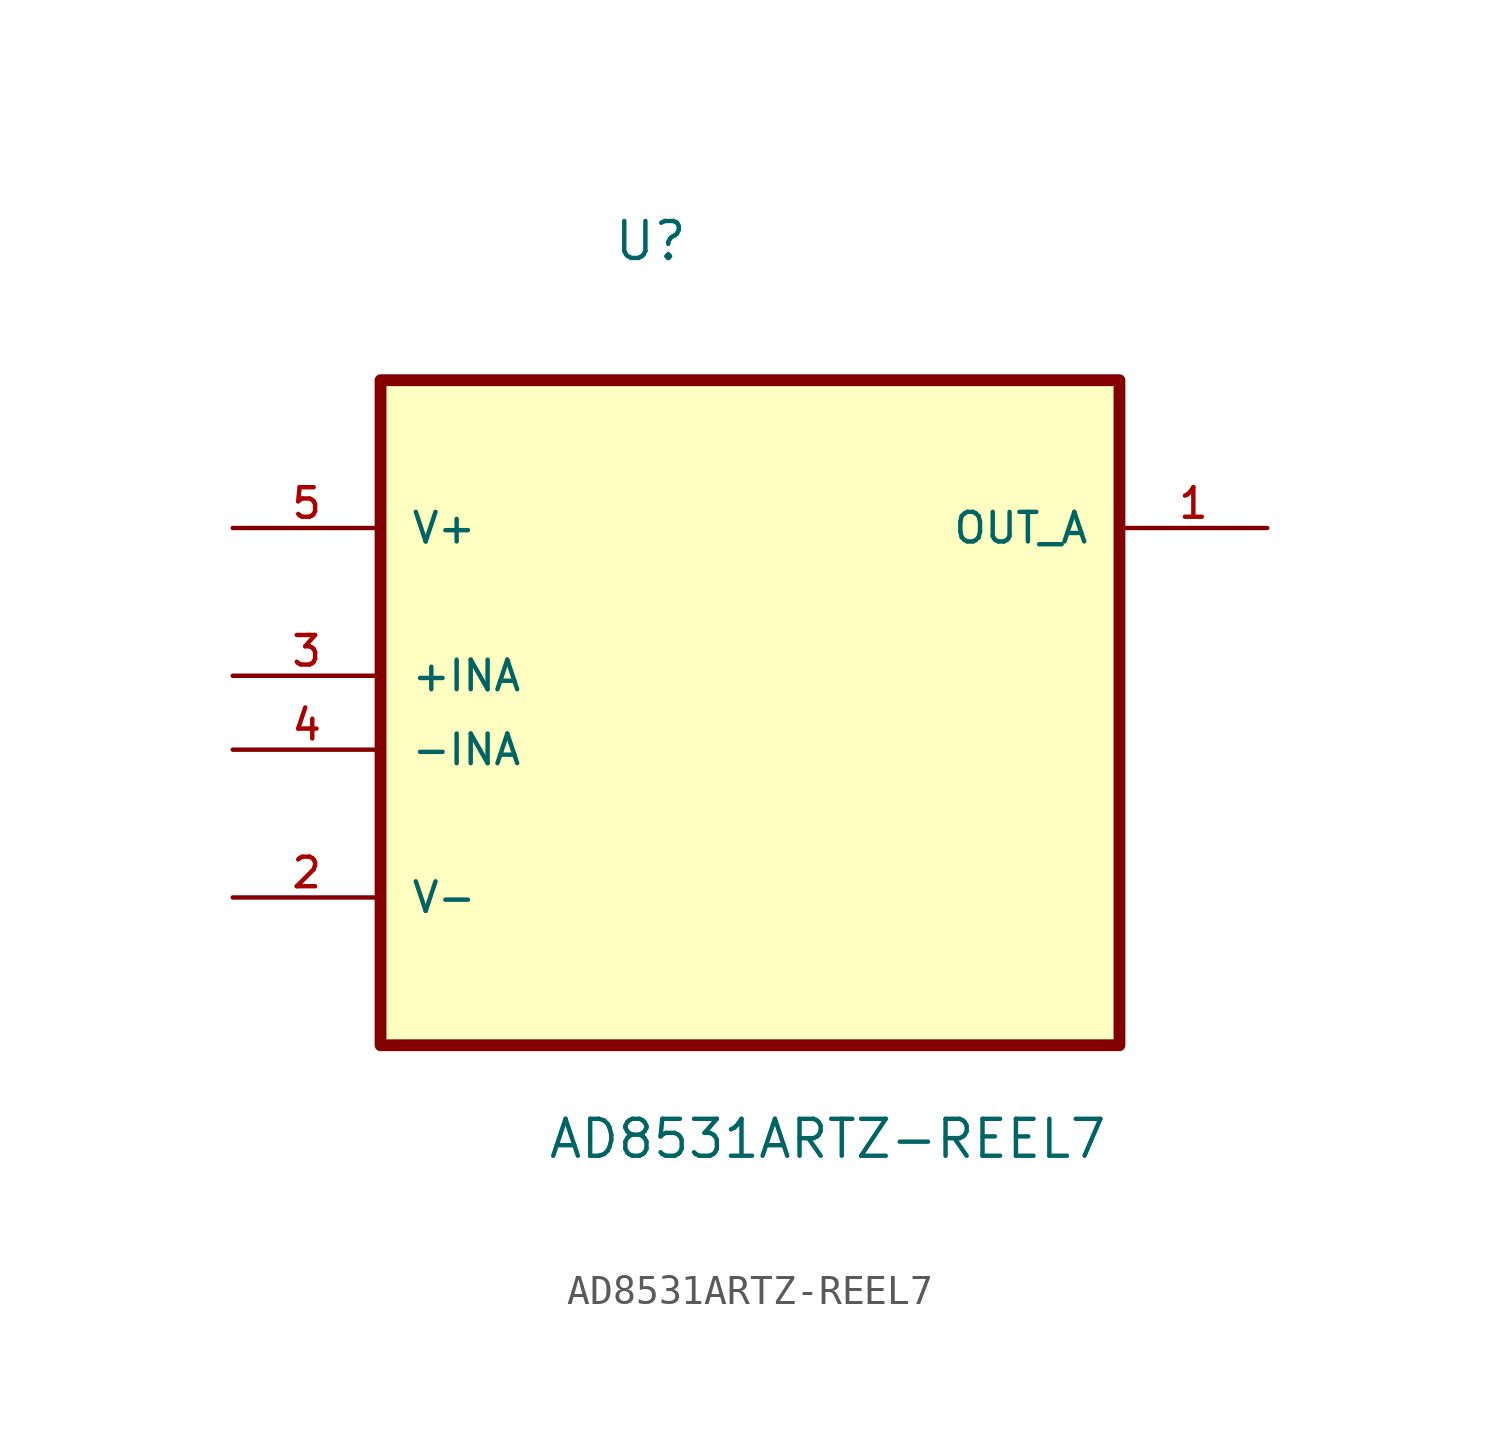
<source format=kicad_sym>
(kicad_symbol_lib
  (version 20211014)
  (generator kicad_symbol_editor)
  (symbol "AD8531ARTZ-REEL7"
    (pin_names
      (offset 1.016))
    (property "Reference" "U"
      (at -4.724 11.659 0.0)
      (effects (font (size 1.27 1.27)) (justify bottom left)))
    (property "Value" "AD8531ARTZ-REEL7"
      (at -6.985 -19.202 0.0)
      (effects (font (size 1.27 1.27)) (justify bottom left)))
    (symbol "AD8531ARTZ-REEL7_0_0"
      (rectangle (start -12.7 -15.24) (end 12.7 7.62) (stroke (width 0.406)) (fill (type background)))
      (pin power_in line (at -17.78 2.54 0) (length 5.08) (name "V+" (effects (font (size 1.016 1.016)))) (number "5" (effects (font (size 1.016 1.016)))))
      (pin input line (at -17.78 -2.54 0) (length 5.08) (name "+INA" (effects (font (size 1.016 1.016)))) (number "3" (effects (font (size 1.016 1.016)))))
      (pin input line (at -17.78 -5.08 0) (length 5.08) (name "-INA" (effects (font (size 1.016 1.016)))) (number "4" (effects (font (size 1.016 1.016)))))
      (pin power_in line (at -17.78 -10.16 0) (length 5.08) (name "V-" (effects (font (size 1.016 1.016)))) (number "2" (effects (font (size 1.016 1.016)))))
      (pin output line (at 17.78 2.54 180.0) (length 5.08) (name "OUT_A" (effects (font (size 1.016 1.016)))) (number "1" (effects (font (size 1.016 1.016))))))))
</source>
